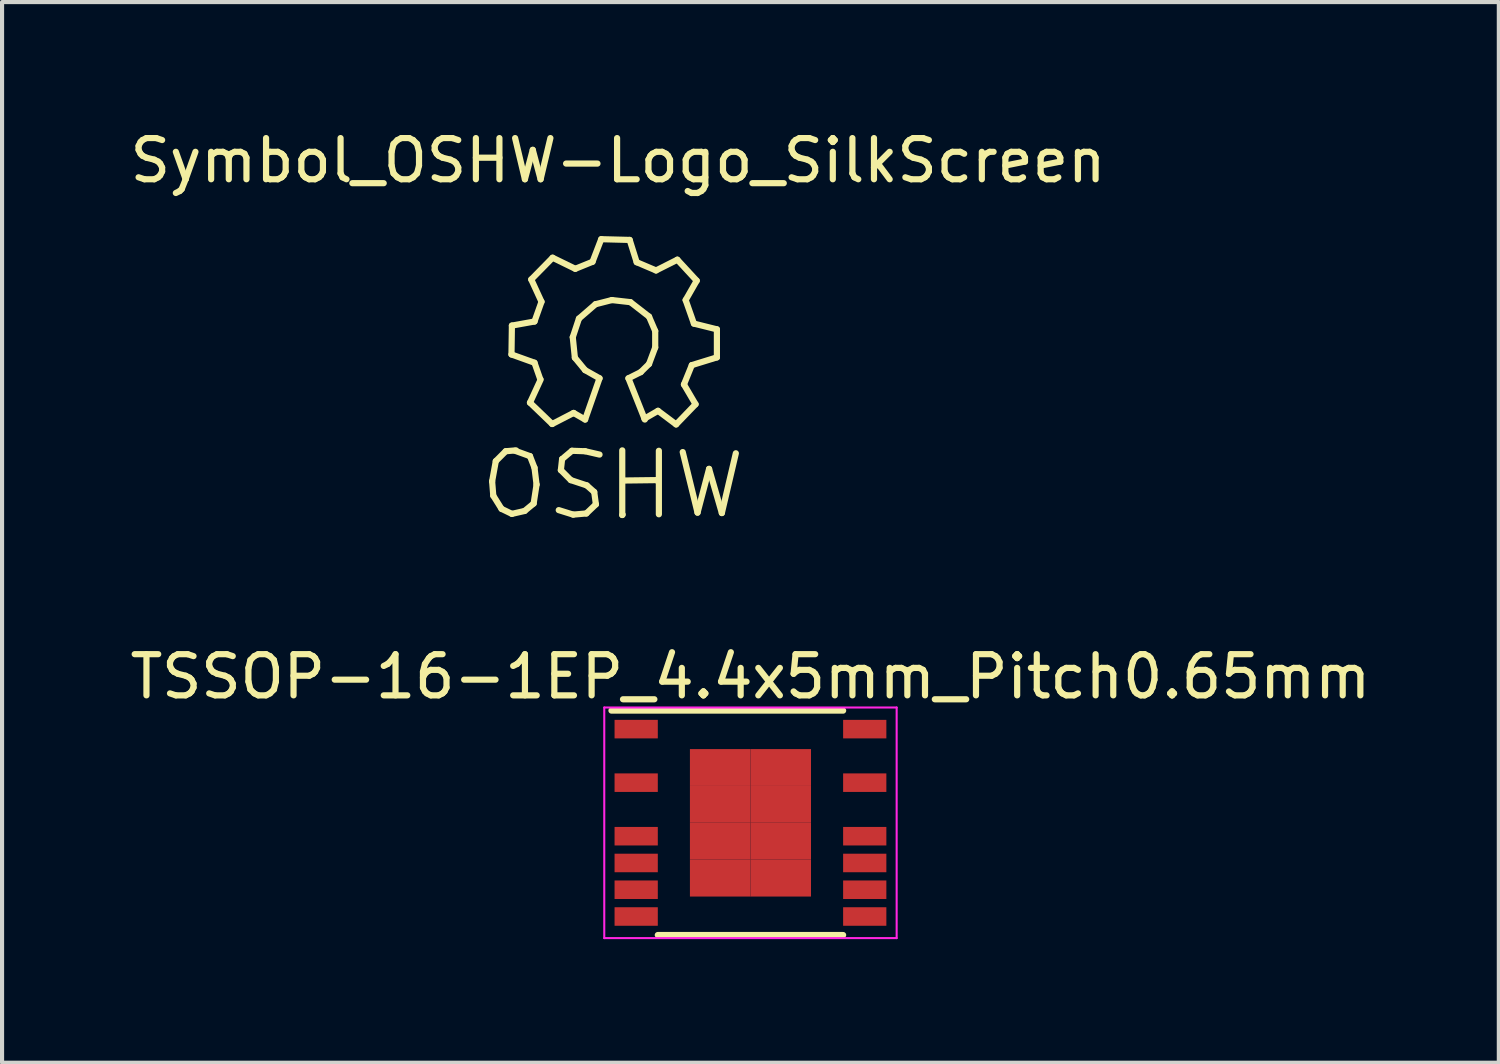
<source format=kicad_pcb>
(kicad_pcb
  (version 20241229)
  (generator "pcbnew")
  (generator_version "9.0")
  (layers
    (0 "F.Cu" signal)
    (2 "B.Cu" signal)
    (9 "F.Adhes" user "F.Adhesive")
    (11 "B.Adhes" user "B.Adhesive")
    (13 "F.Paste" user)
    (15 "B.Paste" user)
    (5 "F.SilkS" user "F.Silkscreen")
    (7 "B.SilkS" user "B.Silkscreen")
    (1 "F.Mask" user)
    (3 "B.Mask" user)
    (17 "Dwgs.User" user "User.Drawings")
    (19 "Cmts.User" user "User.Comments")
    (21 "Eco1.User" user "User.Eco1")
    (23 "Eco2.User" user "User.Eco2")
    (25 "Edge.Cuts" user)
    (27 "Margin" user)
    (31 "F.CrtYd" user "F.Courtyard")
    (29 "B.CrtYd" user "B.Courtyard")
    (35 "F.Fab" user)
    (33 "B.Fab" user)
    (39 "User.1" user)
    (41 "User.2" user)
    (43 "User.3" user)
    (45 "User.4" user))
  (footprint "TSSOP-16-1EP_4.4x5mm_Pitch0.65mm"
    (layer "F.Cu")
    (at 15.173 16.93)
    (property "Reference" "TSSOP-16-1EP_4.4x5mm_Pitch0.65mm" (at 0 -3.55 0) (layer "F.SilkS") (effects (font (size 1 1) (thickness 0.15))))
    (attr smd)
    (fp_line (start -3.375 -2.725) (end 2.25 -2.725) (stroke (width 0.15) (type solid)) (layer "F.SilkS"))
    (fp_line (start -2.25 2.725) (end 2.25 2.725) (stroke (width 0.15) (type solid)) (layer "F.SilkS"))
    (fp_line (start -3.55 -2.8) (end -3.55 2.8) (stroke (width 0.05) (type solid)) (layer "F.CrtYd"))
    (fp_line (start -3.55 -2.8) (end 3.55 -2.8) (stroke (width 0.05) (type solid)) (layer "F.CrtYd"))
    (fp_line (start -3.55 2.8) (end 3.55 2.8) (stroke (width 0.05) (type solid)) (layer "F.CrtYd"))
    (fp_line (start 3.55 -2.8) (end 3.55 2.8) (stroke (width 0.05) (type solid)) (layer "F.CrtYd"))
    (pad "1" smd rect (at -2.775 -2.275) (size 1.05 0.45) (layers "F.Cu" "F.Mask" "F.Paste"))
    (pad "3" smd rect (at -2.775 -0.975) (size 1.05 0.45) (layers "F.Cu" "F.Mask" "F.Paste"))
    (pad "5" smd rect (at -2.775 0.325) (size 1.05 0.45) (layers "F.Cu" "F.Mask" "F.Paste"))
    (pad "6" smd rect (at -2.775 0.975) (size 1.05 0.45) (layers "F.Cu" "F.Mask" "F.Paste"))
    (pad "7" smd rect (at -2.775 1.625) (size 1.05 0.45) (layers "F.Cu" "F.Mask" "F.Paste"))
    (pad "8" smd rect (at -2.775 2.275) (size 1.05 0.45) (layers "F.Cu" "F.Mask" "F.Paste"))
    (pad "9" smd rect (at 2.775 2.275) (size 1.05 0.45) (layers "F.Cu" "F.Mask" "F.Paste"))
    (pad "10" smd rect (at 2.775 1.625) (size 1.05 0.45) (layers "F.Cu" "F.Mask" "F.Paste"))
    (pad "11" smd rect (at 2.775 0.975) (size 1.05 0.45) (layers "F.Cu" "F.Mask" "F.Paste"))
    (pad "12" smd rect (at 2.775 0.325) (size 1.05 0.45) (layers "F.Cu" "F.Mask" "F.Paste"))
    (pad "14" smd rect (at 2.775 -0.975) (size 1.05 0.45) (layers "F.Cu" "F.Mask" "F.Paste"))
    (pad "16" smd rect (at 2.775 -2.275) (size 1.05 0.45) (layers "F.Cu" "F.Mask" "F.Paste"))
    (pad "17" smd rect (at -0.735 -1.343) (size 1.47 0.895) (layers "F.Cu" "F.Mask" "F.Paste"))
    (pad "17" smd rect (at -0.735 -0.448) (size 1.47 0.895) (layers "F.Cu" "F.Mask" "F.Paste"))
    (pad "17" smd rect (at -0.735 0.448) (size 1.47 0.895) (layers "F.Cu" "F.Mask" "F.Paste"))
    (pad "17" smd rect (at -0.735 1.343) (size 1.47 0.895) (layers "F.Cu" "F.Mask" "F.Paste"))
    (pad "17" smd rect (at 0.735 -1.343) (size 1.47 0.895) (layers "F.Cu" "F.Mask" "F.Paste"))
    (pad "17" smd rect (at 0.735 -0.448) (size 1.47 0.895) (layers "F.Cu" "F.Mask" "F.Paste"))
    (pad "17" smd rect (at 0.735 0.448) (size 1.47 0.895) (layers "F.Cu" "F.Mask" "F.Paste"))
    (pad "17" smd rect (at 0.735 1.343) (size 1.47 0.895) (layers "F.Cu" "F.Mask" "F.Paste")))
  (footprint "Symbol_OSHW-Logo_SilkScreen"
    (layer "F.Cu")
    (at 11.859 5.237)
    (property "Reference" "Symbol_OSHW-Logo_SilkScreen" (at 0.099 -4.389 0) (layer "F.SilkS") (effects (font (size 1 1) (thickness 0.15))))
    (attr through_hole)
    (fp_line (start -2.959 3.401) (end -2.931 3.749) (stroke (width 0.15) (type solid)) (layer "F.SilkS"))
    (fp_line (start -2.931 3.749) (end -2.731 4.069) (stroke (width 0.15) (type solid)) (layer "F.SilkS"))
    (fp_line (start -2.87 2.911) (end -2.959 3.401) (stroke (width 0.15) (type solid)) (layer "F.SilkS"))
    (fp_line (start -2.731 4.069) (end -2.479 4.191) (stroke (width 0.15) (type solid)) (layer "F.SilkS"))
    (fp_line (start -2.629 2.67) (end -2.87 2.911) (stroke (width 0.15) (type solid)) (layer "F.SilkS"))
    (fp_line (start -2.489 0.32) (end -1.93 0.521) (stroke (width 0.15) (type solid)) (layer "F.SilkS"))
    (fp_line (start -2.479 -0.381) (end -2.489 0.32) (stroke (width 0.15) (type solid)) (layer "F.SilkS"))
    (fp_line (start -2.479 4.191) (end -2.169 4.12) (stroke (width 0.15) (type solid)) (layer "F.SilkS"))
    (fp_line (start -2.38 2.649) (end -2.629 2.67) (stroke (width 0.15) (type solid)) (layer "F.SilkS"))
    (fp_line (start -2.169 4.12) (end -1.951 3.94) (stroke (width 0.15) (type solid)) (layer "F.SilkS"))
    (fp_line (start -2.04 1.491) (end -1.501 2.009) (stroke (width 0.15) (type solid)) (layer "F.SilkS"))
    (fp_line (start -2.04 2.789) (end -2.4 2.659) (stroke (width 0.15) (type solid)) (layer "F.SilkS"))
    (fp_line (start -2.009 -1.501) (end -1.76 -0.96) (stroke (width 0.15) (type solid)) (layer "F.SilkS"))
    (fp_line (start -1.951 3.94) (end -1.88 3.48) (stroke (width 0.15) (type solid)) (layer "F.SilkS"))
    (fp_line (start -1.93 -0.48) (end -2.479 -0.381) (stroke (width 0.15) (type solid)) (layer "F.SilkS"))
    (fp_line (start -1.93 0.521) (end -1.791 0.919) (stroke (width 0.15) (type solid)) (layer "F.SilkS"))
    (fp_line (start -1.93 3.071) (end -2.04 2.789) (stroke (width 0.15) (type solid)) (layer "F.SilkS"))
    (fp_line (start -1.88 3.48) (end -1.93 3.071) (stroke (width 0.15) (type solid)) (layer "F.SilkS"))
    (fp_line (start -1.781 0.93) (end -2.04 1.491) (stroke (width 0.15) (type solid)) (layer "F.SilkS"))
    (fp_line (start -1.76 -0.96) (end -1.93 -0.48) (stroke (width 0.15) (type solid)) (layer "F.SilkS"))
    (fp_line (start -1.501 2.009) (end -0.98 1.74) (stroke (width 0.15) (type solid)) (layer "F.SilkS"))
    (fp_line (start -1.491 -2.029) (end -2.009 -1.501) (stroke (width 0.15) (type solid)) (layer "F.SilkS"))
    (fp_line (start -1.29 3.129) (end -1.049 3.371) (stroke (width 0.15) (type solid)) (layer "F.SilkS"))
    (fp_line (start -1.26 2.86) (end -1.29 3.129) (stroke (width 0.15) (type solid)) (layer "F.SilkS"))
    (fp_line (start -1.049 3.371) (end -0.66 3.5) (stroke (width 0.15) (type solid)) (layer "F.SilkS"))
    (fp_line (start -1.021 2.659) (end -1.26 2.86) (stroke (width 0.15) (type solid)) (layer "F.SilkS"))
    (fp_line (start -1.001 -0.099) (end -0.95 0.399) (stroke (width 0.15) (type solid)) (layer "F.SilkS"))
    (fp_line (start -0.991 4.209) (end -1.341 4.1) (stroke (width 0.15) (type solid)) (layer "F.SilkS"))
    (fp_line (start -0.98 1.74) (end -0.701 1.9) (stroke (width 0.15) (type solid)) (layer "F.SilkS"))
    (fp_line (start -0.95 0.399) (end -0.701 0.701) (stroke (width 0.15) (type solid)) (layer "F.SilkS"))
    (fp_line (start -0.94 -1.76) (end -1.491 -2.029) (stroke (width 0.15) (type solid)) (layer "F.SilkS"))
    (fp_line (start -0.851 -0.551) (end -1.001 -0.099) (stroke (width 0.15) (type solid)) (layer "F.SilkS"))
    (fp_line (start -0.701 0.701) (end -0.351 0.899) (stroke (width 0.15) (type solid)) (layer "F.SilkS"))
    (fp_line (start -0.701 2.67) (end -1.021 2.659) (stroke (width 0.15) (type solid)) (layer "F.SilkS"))
    (fp_line (start -0.671 4.181) (end -0.991 4.209) (stroke (width 0.15) (type solid)) (layer "F.SilkS"))
    (fp_line (start -0.66 3.5) (end -0.48 3.66) (stroke (width 0.15) (type solid)) (layer "F.SilkS"))
    (fp_line (start -0.521 -1.93) (end -0.94 -1.76) (stroke (width 0.15) (type solid)) (layer "F.SilkS"))
    (fp_line (start -0.48 3.66) (end -0.439 3.96) (stroke (width 0.15) (type solid)) (layer "F.SilkS"))
    (fp_line (start -0.45 -0.899) (end -0.851 -0.551) (stroke (width 0.15) (type solid)) (layer "F.SilkS"))
    (fp_line (start -0.439 3.96) (end -0.671 4.181) (stroke (width 0.15) (type solid)) (layer "F.SilkS"))
    (fp_line (start -0.351 0.899) (end -0.701 1.9) (stroke (width 0.15) (type solid)) (layer "F.SilkS"))
    (fp_line (start -0.351 2.751) (end -0.701 2.67) (stroke (width 0.15) (type solid)) (layer "F.SilkS"))
    (fp_line (start -0.31 -2.479) (end -0.521 -1.93) (stroke (width 0.15) (type solid)) (layer "F.SilkS"))
    (fp_line (start -0.051 -1.001) (end -0.45 -0.899) (stroke (width 0.15) (type solid)) (layer "F.SilkS"))
    (fp_line (start 0.201 2.649) (end 0.201 4.219) (stroke (width 0.15) (type solid)) (layer "F.SilkS"))
    (fp_line (start 0.201 4.219) (end 0.211 4.209) (stroke (width 0.15) (type solid)) (layer "F.SilkS"))
    (fp_line (start 0.249 3.381) (end 1.039 3.371) (stroke (width 0.15) (type solid)) (layer "F.SilkS"))
    (fp_line (start 0.351 0.899) (end 0.65 0.749) (stroke (width 0.15) (type solid)) (layer "F.SilkS"))
    (fp_line (start 0.351 0.899) (end 0.749 1.9) (stroke (width 0.15) (type solid)) (layer "F.SilkS"))
    (fp_line (start 0.381 -2.461) (end -0.31 -2.479) (stroke (width 0.15) (type solid)) (layer "F.SilkS"))
    (fp_line (start 0.399 -0.95) (end -0.051 -1.001) (stroke (width 0.15) (type solid)) (layer "F.SilkS"))
    (fp_line (start 0.551 -1.92) (end 0.381 -2.461) (stroke (width 0.15) (type solid)) (layer "F.SilkS"))
    (fp_line (start 0.65 0.749) (end 0.851 0.551) (stroke (width 0.15) (type solid)) (layer "F.SilkS"))
    (fp_line (start 0.739 1.88) (end 1.069 1.689) (stroke (width 0.15) (type solid)) (layer "F.SilkS"))
    (fp_line (start 0.851 -0.599) (end 0.399 -0.95) (stroke (width 0.15) (type solid)) (layer "F.SilkS"))
    (fp_line (start 0.851 0.551) (end 1.001 0.15) (stroke (width 0.15) (type solid)) (layer "F.SilkS"))
    (fp_line (start 1.001 -0.249) (end 0.851 -0.599) (stroke (width 0.15) (type solid)) (layer "F.SilkS"))
    (fp_line (start 1.001 0.15) (end 1.001 -0.249) (stroke (width 0.15) (type solid)) (layer "F.SilkS"))
    (fp_line (start 1.021 -1.72) (end 0.551 -1.92) (stroke (width 0.15) (type solid)) (layer "F.SilkS"))
    (fp_line (start 1.039 3.371) (end 1.049 3.381) (stroke (width 0.15) (type solid)) (layer "F.SilkS"))
    (fp_line (start 1.049 3.381) (end 1.049 3.371) (stroke (width 0.15) (type solid)) (layer "F.SilkS"))
    (fp_line (start 1.069 1.689) (end 1.509 2.019) (stroke (width 0.15) (type solid)) (layer "F.SilkS"))
    (fp_line (start 1.09 2.659) (end 1.09 4.201) (stroke (width 0.15) (type solid)) (layer "F.SilkS"))
    (fp_line (start 1.509 2.019) (end 1.981 1.529) (stroke (width 0.15) (type solid)) (layer "F.SilkS"))
    (fp_line (start 1.539 -1.981) (end 1.021 -1.72) (stroke (width 0.15) (type solid)) (layer "F.SilkS"))
    (fp_line (start 1.669 2.69) (end 2.029 4.161) (stroke (width 0.15) (type solid)) (layer "F.SilkS"))
    (fp_line (start 1.699 1.049) (end 1.89 0.579) (stroke (width 0.15) (type solid)) (layer "F.SilkS"))
    (fp_line (start 1.74 -1.001) (end 2.009 -1.471) (stroke (width 0.15) (type solid)) (layer "F.SilkS"))
    (fp_line (start 1.89 0.579) (end 2.499 0.391) (stroke (width 0.15) (type solid)) (layer "F.SilkS"))
    (fp_line (start 1.941 -0.429) (end 1.74 -1.001) (stroke (width 0.15) (type solid)) (layer "F.SilkS"))
    (fp_line (start 1.981 1.529) (end 1.699 1.049) (stroke (width 0.15) (type solid)) (layer "F.SilkS"))
    (fp_line (start 2.009 -1.471) (end 1.539 -1.981) (stroke (width 0.15) (type solid)) (layer "F.SilkS"))
    (fp_line (start 2.029 4.161) (end 2.309 3.099) (stroke (width 0.15) (type solid)) (layer "F.SilkS"))
    (fp_line (start 2.309 3.099) (end 2.619 4.171) (stroke (width 0.15) (type solid)) (layer "F.SilkS"))
    (fp_line (start 2.499 -0.29) (end 1.941 -0.429) (stroke (width 0.15) (type solid)) (layer "F.SilkS"))
    (fp_line (start 2.499 0.391) (end 2.499 -0.29) (stroke (width 0.15) (type solid)) (layer "F.SilkS"))
    (fp_line (start 2.619 4.171) (end 2.959 2.72) (stroke (width 0.15) (type solid)) (layer "F.SilkS")))
  (gr_rect
    (start -3 -3)
    (end 33.345 22.755)
    (stroke (width 0.1) (type default))
    (fill no)
    (layer "Edge.Cuts")))
</source>
